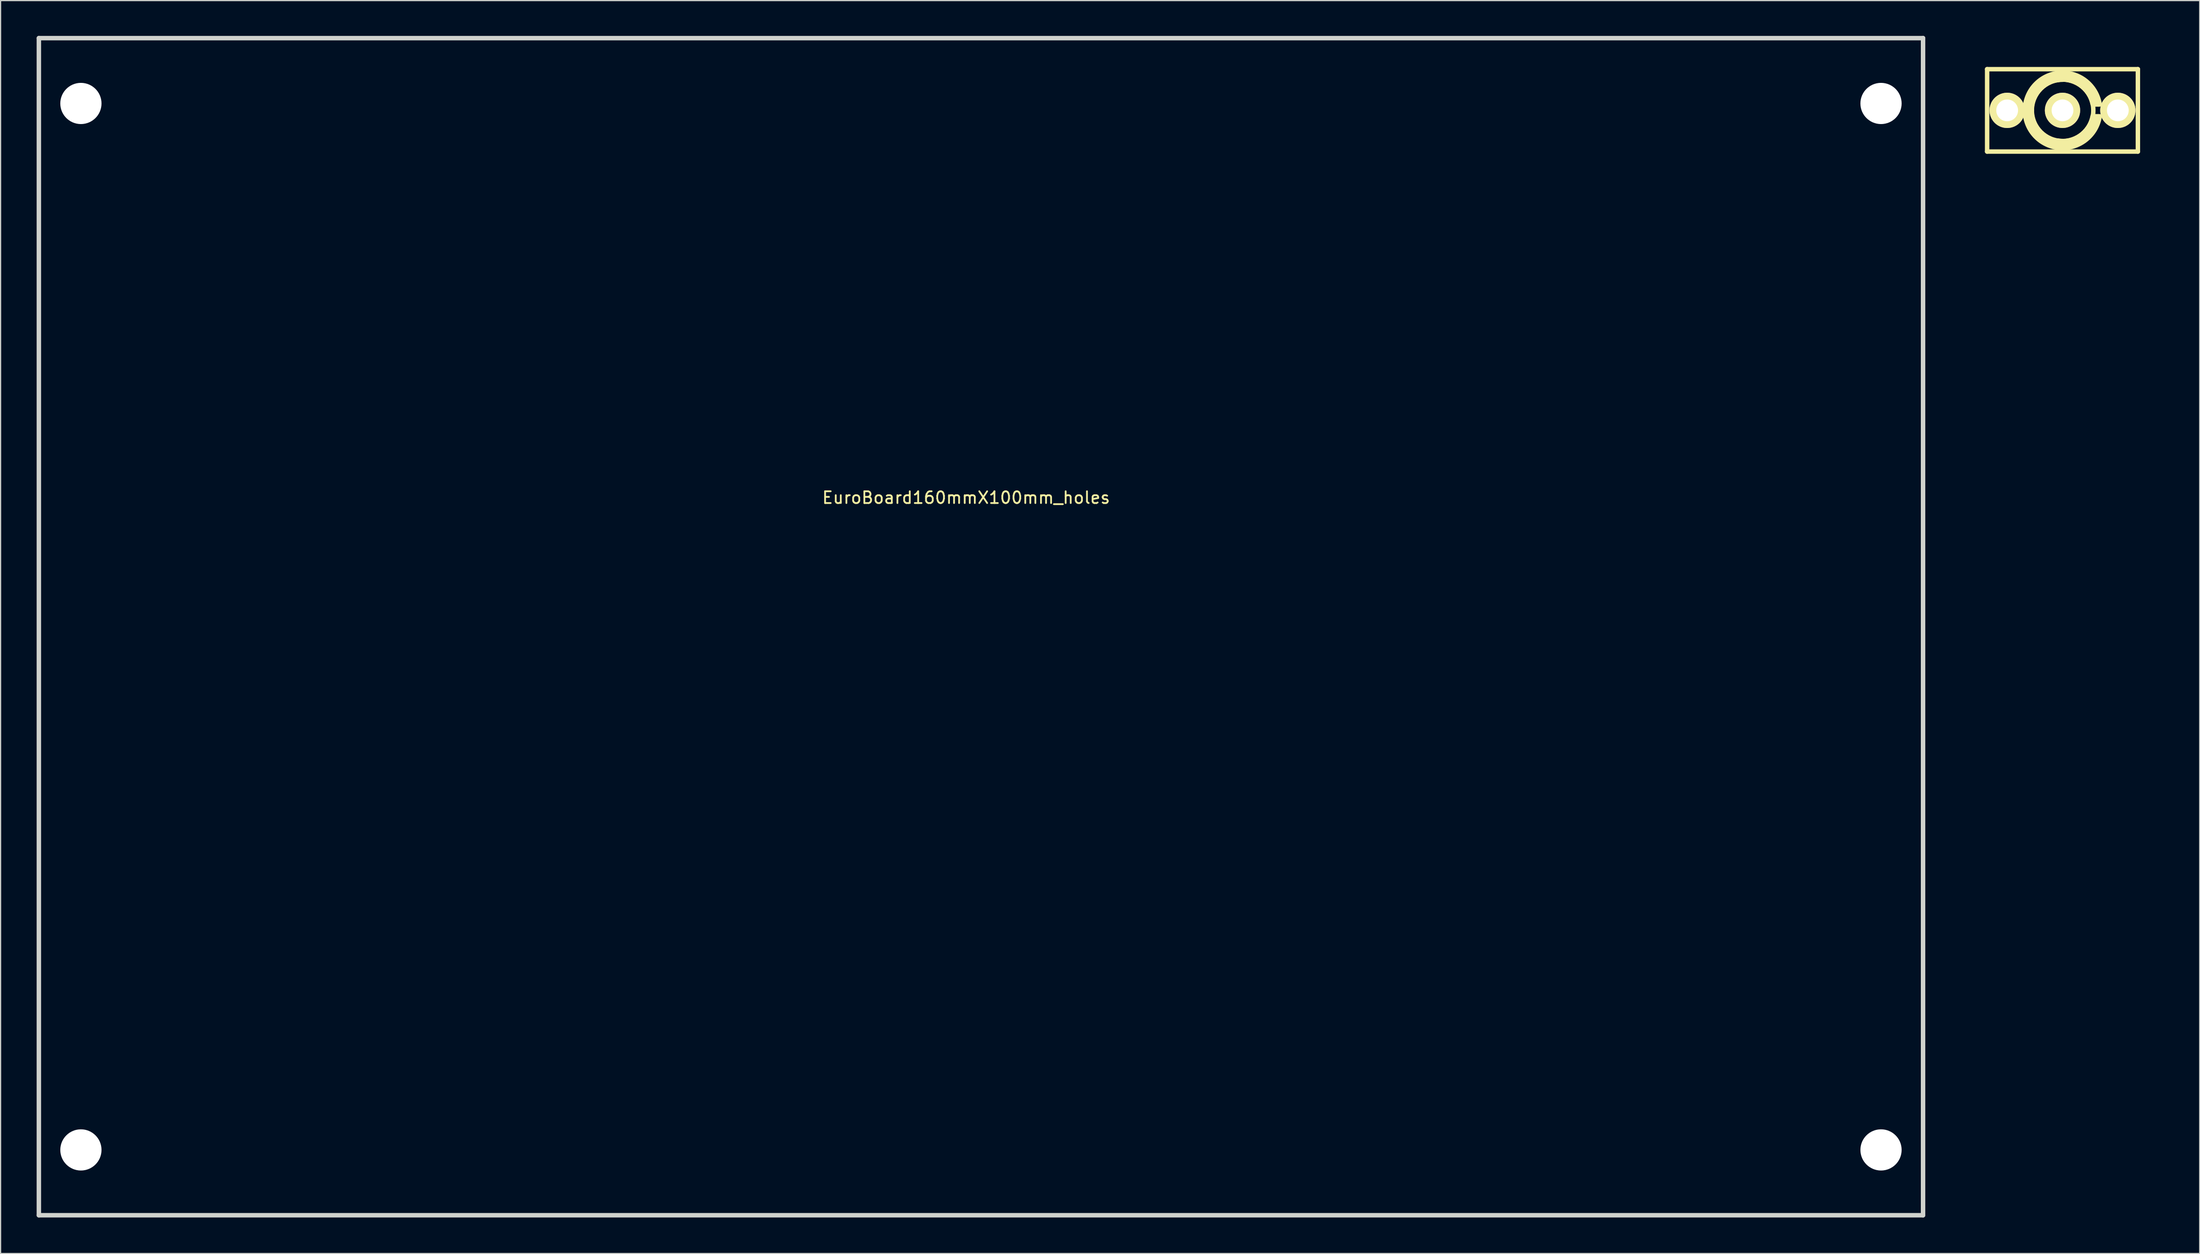
<source format=kicad_pcb>
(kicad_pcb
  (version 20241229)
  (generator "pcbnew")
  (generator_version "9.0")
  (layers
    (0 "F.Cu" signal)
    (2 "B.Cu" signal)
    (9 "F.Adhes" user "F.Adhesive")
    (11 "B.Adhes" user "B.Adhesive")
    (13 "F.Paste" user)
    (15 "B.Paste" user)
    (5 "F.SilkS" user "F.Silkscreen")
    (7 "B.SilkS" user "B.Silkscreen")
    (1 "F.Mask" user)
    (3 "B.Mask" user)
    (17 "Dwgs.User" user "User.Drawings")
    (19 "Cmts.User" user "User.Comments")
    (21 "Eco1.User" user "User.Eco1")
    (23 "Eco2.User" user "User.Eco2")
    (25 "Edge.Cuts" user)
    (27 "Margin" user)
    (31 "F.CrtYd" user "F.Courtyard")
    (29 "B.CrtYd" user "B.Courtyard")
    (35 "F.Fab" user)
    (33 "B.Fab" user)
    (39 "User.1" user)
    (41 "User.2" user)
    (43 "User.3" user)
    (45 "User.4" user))
  (footprint "EuroBoard160mmX100mm_holes"
    (layer "F.Cu")
    (at 0.25 100.19)
    (property "Reference" "EuroBoard160mmX100mm_holes" (at 78.74 -60.96 0) (layer "F.SilkS") (effects (font (size 1 1) (thickness 0.15))))
    (attr through_hole)
    (fp_line (start 0 -100) (end 0 0) (stroke (width 0.38) (type solid)) (layer "Edge.Cuts"))
    (fp_line (start 0 0) (end 160 0) (stroke (width 0.38) (type solid)) (layer "Edge.Cuts"))
    (fp_line (start 160 -100) (end 0 -100) (stroke (width 0.38) (type solid)) (layer "Edge.Cuts"))
    (fp_line (start 160 0) (end 160 -100) (stroke (width 0.38) (type solid)) (layer "Edge.Cuts"))
    (pad "" np_thru_hole circle (at 3.57 -94.45) (size 3.5 3.5) (drill 3.5) (layers "*.Cu" "*.Mask"))
    (pad "" np_thru_hole circle (at 3.57 -5.55) (size 3.5 3.5) (drill 3.5) (layers "*.Cu" "*.Mask"))
    (pad "" np_thru_hole circle (at 156.43 -94.45) (size 3.5 3.5) (drill 3.5) (layers "*.Cu" "*.Mask"))
    (pad "" np_thru_hole circle (at 156.43 -5.55) (size 3.5 3.5) (drill 3.5) (layers "*.Cu" "*.Mask")))
  (footprint "switch_100sp5"
    (layer "F.Cu")
    (at 172.091 6.326)
    (property "Reference" "switch_100sp5" (at 0 -4.9 0) (layer "Eco2.User") (effects (font (size 1.524 1.524) (thickness 0.305))))
    (attr through_hole)
    (fp_line (start -6.401 -3.498) (end 6.401 -3.498) (stroke (width 0.378) (type solid)) (layer "F.SilkS"))
    (fp_line (start -6.401 3.5) (end -6.401 -3.5) (stroke (width 0.378) (type solid)) (layer "F.SilkS"))
    (fp_line (start 2.601 -0.5) (end 3.099 -0.5) (stroke (width 0.378) (type solid)) (layer "F.SilkS"))
    (fp_line (start 2.601 0.5) (end 3.099 0.5) (stroke (width 0.378) (type solid)) (layer "F.SilkS"))
    (fp_line (start 6.401 -3.5) (end 6.401 3.5) (stroke (width 0.378) (type solid)) (layer "F.SilkS"))
    (fp_line (start 6.401 3.5) (end -6.401 3.5) (stroke (width 0.378) (type solid)) (layer "F.SilkS"))
    (fp_arc (start -3.2004 0) (mid -2.263025 -2.263025) (end 0 -3.2004) (stroke (width 0.37846) (type solid)) (layer "F.SilkS"))
    (fp_arc (start -2.90068 0) (mid -2.05109 -2.05109) (end 0 -2.90068) (stroke (width 0.37846) (type solid)) (layer "F.SilkS"))
    (fp_arc (start -2.60096 0) (mid -1.839156 -1.839156) (end 0 -2.60096) (stroke (width 0.37846) (type solid)) (layer "F.SilkS"))
    (fp_arc (start -0.70104 -2.82956) (mid 1.505091 -2.496511) (end 2.82956 -0.70104) (stroke (width 0.37846) (type solid)) (layer "F.SilkS"))
    (fp_arc (start -0.5207 -2.56032) (mid 1.442229 -2.17861) (end 2.56032 -0.5207) (stroke (width 0.37846) (type solid)) (layer "F.SilkS"))
    (fp_arc (start -0.51054 -3.15976) (mid 1.873281 -2.595294) (end 3.15976 -0.51054) (stroke (width 0.37846) (type solid)) (layer "F.SilkS"))
    (fp_arc (start 0 2.60096) (mid -1.839156 1.839156) (end -2.60096 0) (stroke (width 0.37846) (type solid)) (layer "F.SilkS"))
    (fp_arc (start 0 2.90068) (mid -2.05109 2.05109) (end -2.90068 0) (stroke (width 0.37846) (type solid)) (layer "F.SilkS"))
    (fp_arc (start 0 3.2004) (mid -2.263025 2.263025) (end -3.2004 0) (stroke (width 0.37846) (type solid)) (layer "F.SilkS"))
    (fp_arc (start 2.56032 0.48006) (mid 1.470966 2.149873) (end -0.48006 2.56032) (stroke (width 0.37846) (type solid)) (layer "F.SilkS"))
    (fp_arc (start 2.83972 0.70104) (mid 1.512275 2.503695) (end -0.70104 2.83972) (stroke (width 0.37846) (type solid)) (layer "F.SilkS"))
    (fp_arc (start 3.15976 0.51054) (mid 1.873281 2.595294) (end -0.51054 3.15976) (stroke (width 0.37846) (type solid)) (layer "F.SilkS"))
    (fp_circle (center 0 0) (end -2.601 0.3) (stroke (width 0.378) (type solid)) (fill no) (layer "F.SilkS"))
    (pad "1" thru_hole circle (at -4.699 0) (size 2.997 2.997) (drill 1.847) (layers "*.Cu" "*.Mask" "F.SilkS"))
    (pad "2" thru_hole circle (at 0 0) (size 2.997 2.997) (drill 1.847) (layers "*.Cu" "*.Mask" "F.SilkS"))
    (pad "3" thru_hole circle (at 4.699 0) (size 2.997 2.997) (drill 1.847) (layers "*.Cu" "*.Mask" "F.SilkS")))
  (gr_rect
    (start -3 -3)
    (end 183.741 103.44)
    (stroke (width 0.1) (type default))
    (fill no)
    (layer "Edge.Cuts")))
</source>
